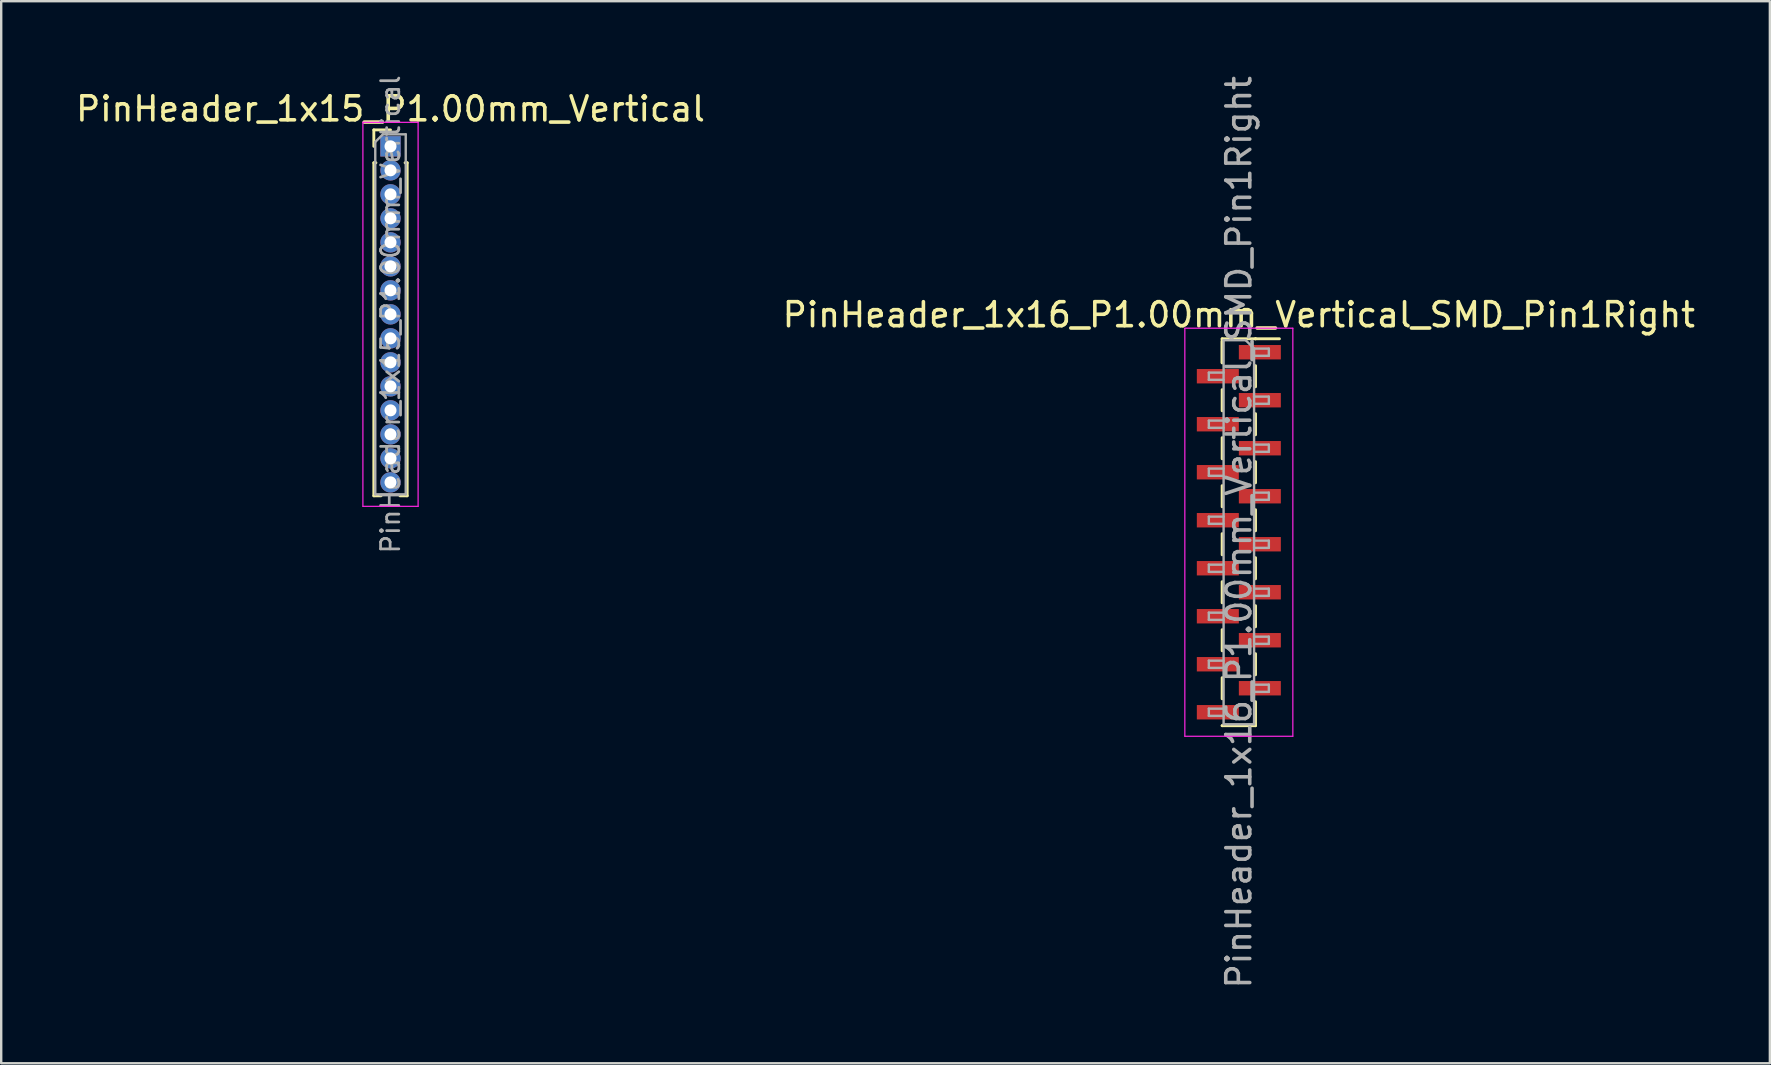
<source format=kicad_pcb>
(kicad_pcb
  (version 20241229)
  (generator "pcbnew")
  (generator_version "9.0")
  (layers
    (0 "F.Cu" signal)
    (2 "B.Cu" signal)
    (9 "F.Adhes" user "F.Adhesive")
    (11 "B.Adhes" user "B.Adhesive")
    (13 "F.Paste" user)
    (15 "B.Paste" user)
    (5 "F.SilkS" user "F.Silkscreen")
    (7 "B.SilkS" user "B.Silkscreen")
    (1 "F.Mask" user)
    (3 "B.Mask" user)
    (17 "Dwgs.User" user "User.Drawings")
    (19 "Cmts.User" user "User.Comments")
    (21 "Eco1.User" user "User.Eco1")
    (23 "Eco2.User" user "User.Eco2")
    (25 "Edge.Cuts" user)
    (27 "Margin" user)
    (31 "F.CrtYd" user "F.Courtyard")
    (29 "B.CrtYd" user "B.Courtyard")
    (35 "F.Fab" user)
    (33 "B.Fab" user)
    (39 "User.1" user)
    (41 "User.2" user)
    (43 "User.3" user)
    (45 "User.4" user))
  (footprint "PinHeader_1x16_P1.00mm_Vertical_SMD_Pin1Right"
    (layer "F.Cu")
    (at 48.565 19.125)
    (property "Reference" "PinHeader_1x16_P1.00mm_Vertical_SMD_Pin1Right" (at 0 -9.06 0) (layer "F.SilkS") (effects (font (size 1 1) (thickness 0.15))))
    (attr smd)
    (fp_line (start -0.695 -8.06) (end -0.695 -7.06) (stroke (width 0.12) (type solid)) (layer "F.SilkS"))
    (fp_line (start -0.695 -8.06) (end 0.695 -8.06) (stroke (width 0.12) (type solid)) (layer "F.SilkS"))
    (fp_line (start -0.695 -7.94) (end -0.695 -7.06) (stroke (width 0.12) (type solid)) (layer "F.SilkS"))
    (fp_line (start -0.695 -5.94) (end -0.695 -5.06) (stroke (width 0.12) (type solid)) (layer "F.SilkS"))
    (fp_line (start -0.695 -3.94) (end -0.695 -3.06) (stroke (width 0.12) (type solid)) (layer "F.SilkS"))
    (fp_line (start -0.695 -1.94) (end -0.695 -1.06) (stroke (width 0.12) (type solid)) (layer "F.SilkS"))
    (fp_line (start -0.695 0.06) (end -0.695 0.94) (stroke (width 0.12) (type solid)) (layer "F.SilkS"))
    (fp_line (start -0.695 2.06) (end -0.695 2.94) (stroke (width 0.12) (type solid)) (layer "F.SilkS"))
    (fp_line (start -0.695 4.06) (end -0.695 4.94) (stroke (width 0.12) (type solid)) (layer "F.SilkS"))
    (fp_line (start -0.695 6.06) (end -0.695 6.94) (stroke (width 0.12) (type solid)) (layer "F.SilkS"))
    (fp_line (start -0.695 8.06) (end -0.695 8.06) (stroke (width 0.12) (type solid)) (layer "F.SilkS"))
    (fp_line (start -0.695 8.06) (end 0.695 8.06) (stroke (width 0.12) (type solid)) (layer "F.SilkS"))
    (fp_line (start 0.695 -8.06) (end 0.695 -8.06) (stroke (width 0.12) (type solid)) (layer "F.SilkS"))
    (fp_line (start 0.695 -8.06) (end 1.69 -8.06) (stroke (width 0.12) (type solid)) (layer "F.SilkS"))
    (fp_line (start 0.695 -6.94) (end 0.695 -6.06) (stroke (width 0.12) (type solid)) (layer "F.SilkS"))
    (fp_line (start 0.695 -4.94) (end 0.695 -4.06) (stroke (width 0.12) (type solid)) (layer "F.SilkS"))
    (fp_line (start 0.695 -2.94) (end 0.695 -2.06) (stroke (width 0.12) (type solid)) (layer "F.SilkS"))
    (fp_line (start 0.695 -0.94) (end 0.695 -0.06) (stroke (width 0.12) (type solid)) (layer "F.SilkS"))
    (fp_line (start 0.695 1.06) (end 0.695 1.94) (stroke (width 0.12) (type solid)) (layer "F.SilkS"))
    (fp_line (start 0.695 3.06) (end 0.695 3.94) (stroke (width 0.12) (type solid)) (layer "F.SilkS"))
    (fp_line (start 0.695 5.06) (end 0.695 5.94) (stroke (width 0.12) (type solid)) (layer "F.SilkS"))
    (fp_line (start 0.695 7.06) (end 0.695 8.06) (stroke (width 0.12) (type solid)) (layer "F.SilkS"))
    (fp_line (start -2.25 -8.5) (end -2.25 8.5) (stroke (width 0.05) (type solid)) (layer "F.CrtYd"))
    (fp_line (start -2.25 8.5) (end 2.25 8.5) (stroke (width 0.05) (type solid)) (layer "F.CrtYd"))
    (fp_line (start 2.25 -8.5) (end -2.25 -8.5) (stroke (width 0.05) (type solid)) (layer "F.CrtYd"))
    (fp_line (start 2.25 8.5) (end 2.25 -8.5) (stroke (width 0.05) (type solid)) (layer "F.CrtYd"))
    (fp_line (start -1.25 -6.65) (end -1.25 -6.35) (stroke (width 0.1) (type solid)) (layer "F.Fab"))
    (fp_line (start -1.25 -6.35) (end -0.635 -6.35) (stroke (width 0.1) (type solid)) (layer "F.Fab"))
    (fp_line (start -1.25 -4.65) (end -1.25 -4.35) (stroke (width 0.1) (type solid)) (layer "F.Fab"))
    (fp_line (start -1.25 -4.35) (end -0.635 -4.35) (stroke (width 0.1) (type solid)) (layer "F.Fab"))
    (fp_line (start -1.25 -2.65) (end -1.25 -2.35) (stroke (width 0.1) (type solid)) (layer "F.Fab"))
    (fp_line (start -1.25 -2.35) (end -0.635 -2.35) (stroke (width 0.1) (type solid)) (layer "F.Fab"))
    (fp_line (start -1.25 -0.65) (end -1.25 -0.35) (stroke (width 0.1) (type solid)) (layer "F.Fab"))
    (fp_line (start -1.25 -0.35) (end -0.635 -0.35) (stroke (width 0.1) (type solid)) (layer "F.Fab"))
    (fp_line (start -1.25 1.35) (end -1.25 1.65) (stroke (width 0.1) (type solid)) (layer "F.Fab"))
    (fp_line (start -1.25 1.65) (end -0.635 1.65) (stroke (width 0.1) (type solid)) (layer "F.Fab"))
    (fp_line (start -1.25 3.35) (end -1.25 3.65) (stroke (width 0.1) (type solid)) (layer "F.Fab"))
    (fp_line (start -1.25 3.65) (end -0.635 3.65) (stroke (width 0.1) (type solid)) (layer "F.Fab"))
    (fp_line (start -1.25 5.35) (end -1.25 5.65) (stroke (width 0.1) (type solid)) (layer "F.Fab"))
    (fp_line (start -1.25 5.65) (end -0.635 5.65) (stroke (width 0.1) (type solid)) (layer "F.Fab"))
    (fp_line (start -1.25 7.35) (end -1.25 7.65) (stroke (width 0.1) (type solid)) (layer "F.Fab"))
    (fp_line (start -1.25 7.65) (end -0.635 7.65) (stroke (width 0.1) (type solid)) (layer "F.Fab"))
    (fp_line (start -0.635 -8) (end -0.635 8) (stroke (width 0.1) (type solid)) (layer "F.Fab"))
    (fp_line (start -0.635 -8) (end 0.285 -8) (stroke (width 0.1) (type solid)) (layer "F.Fab"))
    (fp_line (start -0.635 -6.65) (end -1.25 -6.65) (stroke (width 0.1) (type solid)) (layer "F.Fab"))
    (fp_line (start -0.635 -4.65) (end -1.25 -4.65) (stroke (width 0.1) (type solid)) (layer "F.Fab"))
    (fp_line (start -0.635 -2.65) (end -1.25 -2.65) (stroke (width 0.1) (type solid)) (layer "F.Fab"))
    (fp_line (start -0.635 -0.65) (end -1.25 -0.65) (stroke (width 0.1) (type solid)) (layer "F.Fab"))
    (fp_line (start -0.635 1.35) (end -1.25 1.35) (stroke (width 0.1) (type solid)) (layer "F.Fab"))
    (fp_line (start -0.635 3.35) (end -1.25 3.35) (stroke (width 0.1) (type solid)) (layer "F.Fab"))
    (fp_line (start -0.635 5.35) (end -1.25 5.35) (stroke (width 0.1) (type solid)) (layer "F.Fab"))
    (fp_line (start -0.635 7.35) (end -1.25 7.35) (stroke (width 0.1) (type solid)) (layer "F.Fab"))
    (fp_line (start 0.635 -7.65) (end 0.285 -8) (stroke (width 0.1) (type solid)) (layer "F.Fab"))
    (fp_line (start 0.635 -7.65) (end 1.25 -7.65) (stroke (width 0.1) (type solid)) (layer "F.Fab"))
    (fp_line (start 0.635 -5.65) (end 1.25 -5.65) (stroke (width 0.1) (type solid)) (layer "F.Fab"))
    (fp_line (start 0.635 -3.65) (end 1.25 -3.65) (stroke (width 0.1) (type solid)) (layer "F.Fab"))
    (fp_line (start 0.635 -1.65) (end 1.25 -1.65) (stroke (width 0.1) (type solid)) (layer "F.Fab"))
    (fp_line (start 0.635 0.35) (end 1.25 0.35) (stroke (width 0.1) (type solid)) (layer "F.Fab"))
    (fp_line (start 0.635 2.35) (end 1.25 2.35) (stroke (width 0.1) (type solid)) (layer "F.Fab"))
    (fp_line (start 0.635 4.35) (end 1.25 4.35) (stroke (width 0.1) (type solid)) (layer "F.Fab"))
    (fp_line (start 0.635 6.35) (end 1.25 6.35) (stroke (width 0.1) (type solid)) (layer "F.Fab"))
    (fp_line (start 0.635 8) (end -0.635 8) (stroke (width 0.1) (type solid)) (layer "F.Fab"))
    (fp_line (start 0.635 8) (end 0.635 -7.65) (stroke (width 0.1) (type solid)) (layer "F.Fab"))
    (fp_line (start 1.25 -7.65) (end 1.25 -7.35) (stroke (width 0.1) (type solid)) (layer "F.Fab"))
    (fp_line (start 1.25 -7.35) (end 0.635 -7.35) (stroke (width 0.1) (type solid)) (layer "F.Fab"))
    (fp_line (start 1.25 -5.65) (end 1.25 -5.35) (stroke (width 0.1) (type solid)) (layer "F.Fab"))
    (fp_line (start 1.25 -5.35) (end 0.635 -5.35) (stroke (width 0.1) (type solid)) (layer "F.Fab"))
    (fp_line (start 1.25 -3.65) (end 1.25 -3.35) (stroke (width 0.1) (type solid)) (layer "F.Fab"))
    (fp_line (start 1.25 -3.35) (end 0.635 -3.35) (stroke (width 0.1) (type solid)) (layer "F.Fab"))
    (fp_line (start 1.25 -1.65) (end 1.25 -1.35) (stroke (width 0.1) (type solid)) (layer "F.Fab"))
    (fp_line (start 1.25 -1.35) (end 0.635 -1.35) (stroke (width 0.1) (type solid)) (layer "F.Fab"))
    (fp_line (start 1.25 0.35) (end 1.25 0.65) (stroke (width 0.1) (type solid)) (layer "F.Fab"))
    (fp_line (start 1.25 0.65) (end 0.635 0.65) (stroke (width 0.1) (type solid)) (layer "F.Fab"))
    (fp_line (start 1.25 2.35) (end 1.25 2.65) (stroke (width 0.1) (type solid)) (layer "F.Fab"))
    (fp_line (start 1.25 2.65) (end 0.635 2.65) (stroke (width 0.1) (type solid)) (layer "F.Fab"))
    (fp_line (start 1.25 4.35) (end 1.25 4.65) (stroke (width 0.1) (type solid)) (layer "F.Fab"))
    (fp_line (start 1.25 4.65) (end 0.635 4.65) (stroke (width 0.1) (type solid)) (layer "F.Fab"))
    (fp_line (start 1.25 6.35) (end 1.25 6.65) (stroke (width 0.1) (type solid)) (layer "F.Fab"))
    (fp_line (start 1.25 6.65) (end 0.635 6.65) (stroke (width 0.1) (type solid)) (layer "F.Fab"))
    (fp_text user "${REFERENCE}" (at 0 0 90) (layer "F.Fab") (effects (font (size 1 1) (thickness 0.15))))
    (pad "1" smd rect (at 0.875 -7.5) (size 1.75 0.6) (layers "F.Cu" "F.Mask" "F.Paste"))
    (pad "2" smd rect (at -0.875 -6.5) (size 1.75 0.6) (layers "F.Cu" "F.Mask" "F.Paste"))
    (pad "3" smd rect (at 0.875 -5.5) (size 1.75 0.6) (layers "F.Cu" "F.Mask" "F.Paste"))
    (pad "4" smd rect (at -0.875 -4.5) (size 1.75 0.6) (layers "F.Cu" "F.Mask" "F.Paste"))
    (pad "5" smd rect (at 0.875 -3.5) (size 1.75 0.6) (layers "F.Cu" "F.Mask" "F.Paste"))
    (pad "6" smd rect (at -0.875 -2.5) (size 1.75 0.6) (layers "F.Cu" "F.Mask" "F.Paste"))
    (pad "7" smd rect (at 0.875 -1.5) (size 1.75 0.6) (layers "F.Cu" "F.Mask" "F.Paste"))
    (pad "8" smd rect (at -0.875 -0.5) (size 1.75 0.6) (layers "F.Cu" "F.Mask" "F.Paste"))
    (pad "9" smd rect (at 0.875 0.5) (size 1.75 0.6) (layers "F.Cu" "F.Mask" "F.Paste"))
    (pad "10" smd rect (at -0.875 1.5) (size 1.75 0.6) (layers "F.Cu" "F.Mask" "F.Paste"))
    (pad "11" smd rect (at 0.875 2.5) (size 1.75 0.6) (layers "F.Cu" "F.Mask" "F.Paste"))
    (pad "12" smd rect (at -0.875 3.5) (size 1.75 0.6) (layers "F.Cu" "F.Mask" "F.Paste"))
    (pad "13" smd rect (at 0.875 4.5) (size 1.75 0.6) (layers "F.Cu" "F.Mask" "F.Paste"))
    (pad "14" smd rect (at -0.875 5.5) (size 1.75 0.6) (layers "F.Cu" "F.Mask" "F.Paste"))
    (pad "15" smd rect (at 0.875 6.5) (size 1.75 0.6) (layers "F.Cu" "F.Mask" "F.Paste"))
    (pad "16" smd rect (at -0.875 7.5) (size 1.75 0.6) (layers "F.Cu" "F.Mask" "F.Paste")))
  (footprint "PinHeader_1x15_P1.00mm_Vertical"
    (layer "F.Cu")
    (at 13.22 3.047)
    (property "Reference" "PinHeader_1x15_P1.00mm_Vertical" (at 0 -1.56 0) (layer "F.SilkS") (effects (font (size 1 1) (thickness 0.15))))
    (attr through_hole)
    (fp_line (start -0.695 -0.685) (end 0 -0.685) (stroke (width 0.12) (type solid)) (layer "F.SilkS"))
    (fp_line (start -0.695 0) (end -0.695 -0.685) (stroke (width 0.12) (type solid)) (layer "F.SilkS"))
    (fp_line (start -0.695 0.685) (end -0.695 14.56) (stroke (width 0.12) (type solid)) (layer "F.SilkS"))
    (fp_line (start -0.695 0.685) (end -0.608 0.685) (stroke (width 0.12) (type solid)) (layer "F.SilkS"))
    (fp_line (start -0.695 14.56) (end -0.394 14.56) (stroke (width 0.12) (type solid)) (layer "F.SilkS"))
    (fp_line (start 0.394 14.56) (end 0.695 14.56) (stroke (width 0.12) (type solid)) (layer "F.SilkS"))
    (fp_line (start 0.608 0.685) (end 0.695 0.685) (stroke (width 0.12) (type solid)) (layer "F.SilkS"))
    (fp_line (start 0.695 0.685) (end 0.695 14.56) (stroke (width 0.12) (type solid)) (layer "F.SilkS"))
    (fp_line (start -1.15 -1) (end -1.15 15) (stroke (width 0.05) (type solid)) (layer "F.CrtYd"))
    (fp_line (start -1.15 15) (end 1.15 15) (stroke (width 0.05) (type solid)) (layer "F.CrtYd"))
    (fp_line (start 1.15 -1) (end -1.15 -1) (stroke (width 0.05) (type solid)) (layer "F.CrtYd"))
    (fp_line (start 1.15 15) (end 1.15 -1) (stroke (width 0.05) (type solid)) (layer "F.CrtYd"))
    (fp_line (start -0.635 -0.182) (end -0.318 -0.5) (stroke (width 0.1) (type solid)) (layer "F.Fab"))
    (fp_line (start -0.635 14.5) (end -0.635 -0.182) (stroke (width 0.1) (type solid)) (layer "F.Fab"))
    (fp_line (start -0.318 -0.5) (end 0.635 -0.5) (stroke (width 0.1) (type solid)) (layer "F.Fab"))
    (fp_line (start 0.635 -0.5) (end 0.635 14.5) (stroke (width 0.1) (type solid)) (layer "F.Fab"))
    (fp_line (start 0.635 14.5) (end -0.635 14.5) (stroke (width 0.1) (type solid)) (layer "F.Fab"))
    (fp_text user "${REFERENCE}" (at 0 7 90) (layer "F.Fab") (effects (font (size 0.76 0.76) (thickness 0.114))))
    (pad "1" thru_hole rect (at 0 0) (size 0.85 0.85) (drill 0.5) (layers "*.Cu" "*.Mask"))
    (pad "2" thru_hole oval (at 0 1) (size 0.85 0.85) (drill 0.5) (layers "*.Cu" "*.Mask"))
    (pad "3" thru_hole oval (at 0 2) (size 0.85 0.85) (drill 0.5) (layers "*.Cu" "*.Mask"))
    (pad "4" thru_hole oval (at 0 3) (size 0.85 0.85) (drill 0.5) (layers "*.Cu" "*.Mask"))
    (pad "5" thru_hole oval (at 0 4) (size 0.85 0.85) (drill 0.5) (layers "*.Cu" "*.Mask"))
    (pad "6" thru_hole oval (at 0 5) (size 0.85 0.85) (drill 0.5) (layers "*.Cu" "*.Mask"))
    (pad "7" thru_hole oval (at 0 6) (size 0.85 0.85) (drill 0.5) (layers "*.Cu" "*.Mask"))
    (pad "8" thru_hole oval (at 0 7) (size 0.85 0.85) (drill 0.5) (layers "*.Cu" "*.Mask"))
    (pad "9" thru_hole oval (at 0 8) (size 0.85 0.85) (drill 0.5) (layers "*.Cu" "*.Mask"))
    (pad "10" thru_hole oval (at 0 9) (size 0.85 0.85) (drill 0.5) (layers "*.Cu" "*.Mask"))
    (pad "11" thru_hole oval (at 0 10) (size 0.85 0.85) (drill 0.5) (layers "*.Cu" "*.Mask"))
    (pad "12" thru_hole oval (at 0 11) (size 0.85 0.85) (drill 0.5) (layers "*.Cu" "*.Mask"))
    (pad "13" thru_hole oval (at 0 12) (size 0.85 0.85) (drill 0.5) (layers "*.Cu" "*.Mask"))
    (pad "14" thru_hole oval (at 0 13) (size 0.85 0.85) (drill 0.5) (layers "*.Cu" "*.Mask"))
    (pad "15" thru_hole oval (at 0 14) (size 0.85 0.85) (drill 0.5) (layers "*.Cu" "*.Mask")))
  (gr_rect
    (start -3 -3)
    (end 70.69 41.25)
    (stroke (width 0.1) (type default))
    (fill no)
    (layer "Edge.Cuts")))
</source>
